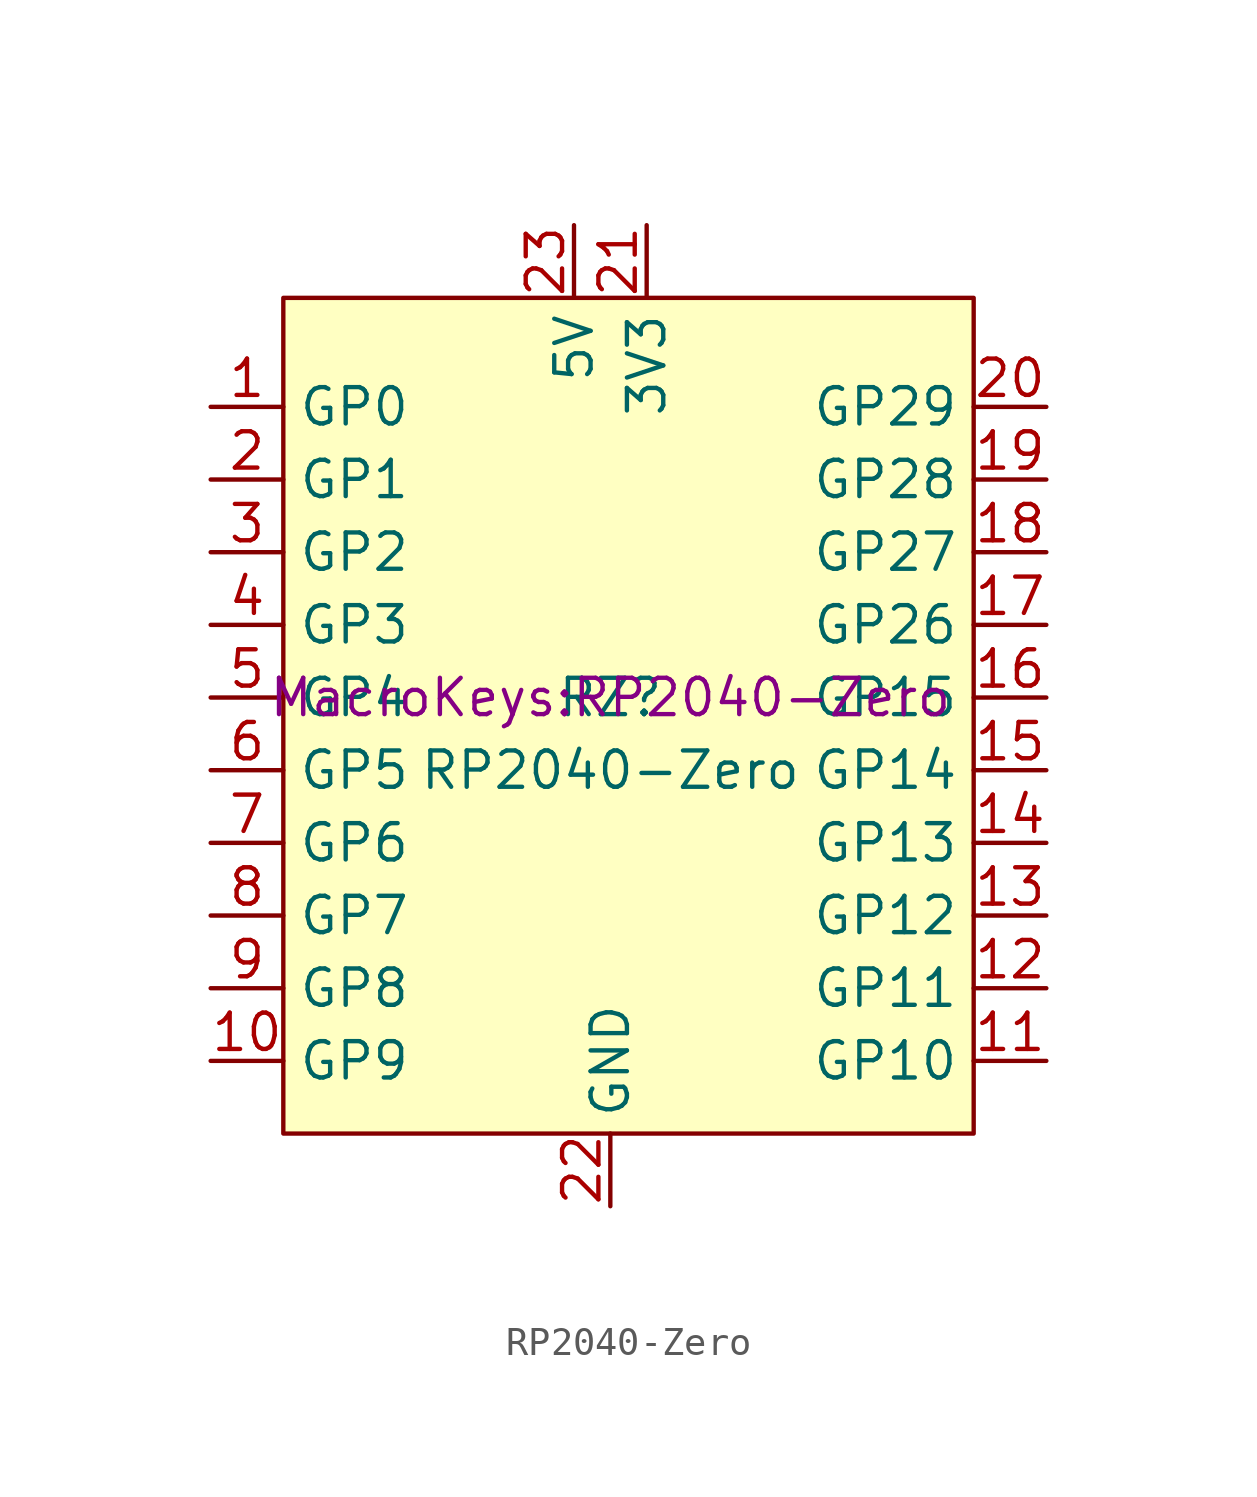
<source format=kicad_sym>
(kicad_symbol_lib
  (version 20241209)
  (generator "kicad_symbol_editor")
  (generator_version "9.0")
  (symbol "RP2040-Zero"
    (property "Reference" "RZ"
      (at 0 0 0)
      (effects (font (size 1.27 1.27))))
    (property "Value" "RP2040-Zero"
      (at 0 -2.54 0)
      (effects (font (size 1.27 1.27))))
    (property "Footprint" "MacroKeys:RP2040-Zero"
      (at 0 0 0)
      (effects (font (size 1.27 1.27))))
    (symbol "RP2040-Zero_0_1"
      (rectangle (start -11.43 -15.24) (end 12.7 13.97) (stroke (width 0) (type default)) (fill (type background))))
    (symbol "RP2040-Zero_1_1"
      (pin bidirectional line (at -13.97 10.16 0) (length 2.54) (name "GP0" (effects (font (size 1.27 1.27)))) (number "1" (effects (font (size 1.27 1.27)))))
      (pin bidirectional line (at -13.97 7.62 0) (length 2.54) (name "GP1" (effects (font (size 1.27 1.27)))) (number "2" (effects (font (size 1.27 1.27)))))
      (pin bidirectional line (at -13.97 5.08 0) (length 2.54) (name "GP2" (effects (font (size 1.27 1.27)))) (number "3" (effects (font (size 1.27 1.27)))))
      (pin bidirectional line (at -13.97 2.54 0) (length 2.54) (name "GP3" (effects (font (size 1.27 1.27)))) (number "4" (effects (font (size 1.27 1.27)))))
      (pin bidirectional line (at -13.97 0 0) (length 2.54) (name "GP4" (effects (font (size 1.27 1.27)))) (number "5" (effects (font (size 1.27 1.27)))))
      (pin bidirectional line (at -13.97 -2.54 0) (length 2.54) (name "GP5" (effects (font (size 1.27 1.27)))) (number "6" (effects (font (size 1.27 1.27)))))
      (pin bidirectional line (at -13.97 -5.08 0) (length 2.54) (name "GP6" (effects (font (size 1.27 1.27)))) (number "7" (effects (font (size 1.27 1.27)))))
      (pin bidirectional line (at -13.97 -7.62 0) (length 2.54) (name "GP7" (effects (font (size 1.27 1.27)))) (number "8" (effects (font (size 1.27 1.27)))))
      (pin bidirectional line (at -13.97 -10.16 0) (length 2.54) (name "GP8" (effects (font (size 1.27 1.27)))) (number "9" (effects (font (size 1.27 1.27)))))
      (pin bidirectional line (at -13.97 -12.7 0) (length 2.54) (name "GP9" (effects (font (size 1.27 1.27)))) (number "10" (effects (font (size 1.27 1.27)))))
      (pin power_in line (at -1.27 16.51 270) (length 2.54) (name "5V" (effects (font (size 1.27 1.27)))) (number "23" (effects (font (size 1.27 1.27)))))
      (pin power_in line (at 0 -17.78 90) (length 2.54) (name "GND" (effects (font (size 1.27 1.27)))) (number "22" (effects (font (size 1.27 1.27)))))
      (pin power_in line (at 1.27 16.51 270) (length 2.54) (name "3V3" (effects (font (size 1.27 1.27)))) (number "21" (effects (font (size 1.27 1.27)))))
      (pin bidirectional line (at 15.24 10.16 180) (length 2.54) (name "GP29" (effects (font (size 1.27 1.27)))) (number "20" (effects (font (size 1.27 1.27)))))
      (pin bidirectional line (at 15.24 7.62 180) (length 2.54) (name "GP28" (effects (font (size 1.27 1.27)))) (number "19" (effects (font (size 1.27 1.27)))))
      (pin bidirectional line (at 15.24 5.08 180) (length 2.54) (name "GP27" (effects (font (size 1.27 1.27)))) (number "18" (effects (font (size 1.27 1.27)))))
      (pin bidirectional line (at 15.24 2.54 180) (length 2.54) (name "GP26" (effects (font (size 1.27 1.27)))) (number "17" (effects (font (size 1.27 1.27)))))
      (pin bidirectional line (at 15.24 0 180) (length 2.54) (name "GP15" (effects (font (size 1.27 1.27)))) (number "16" (effects (font (size 1.27 1.27)))))
      (pin bidirectional line (at 15.24 -2.54 180) (length 2.54) (name "GP14" (effects (font (size 1.27 1.27)))) (number "15" (effects (font (size 1.27 1.27)))))
      (pin bidirectional line (at 15.24 -5.08 180) (length 2.54) (name "GP13" (effects (font (size 1.27 1.27)))) (number "14" (effects (font (size 1.27 1.27)))))
      (pin bidirectional line (at 15.24 -7.62 180) (length 2.54) (name "GP12" (effects (font (size 1.27 1.27)))) (number "13" (effects (font (size 1.27 1.27)))))
      (pin bidirectional line (at 15.24 -10.16 180) (length 2.54) (name "GP11" (effects (font (size 1.27 1.27)))) (number "12" (effects (font (size 1.27 1.27)))))
      (pin bidirectional line (at 15.24 -12.7 180) (length 2.54) (name "GP10" (effects (font (size 1.27 1.27)))) (number "11" (effects (font (size 1.27 1.27))))))))
</source>
